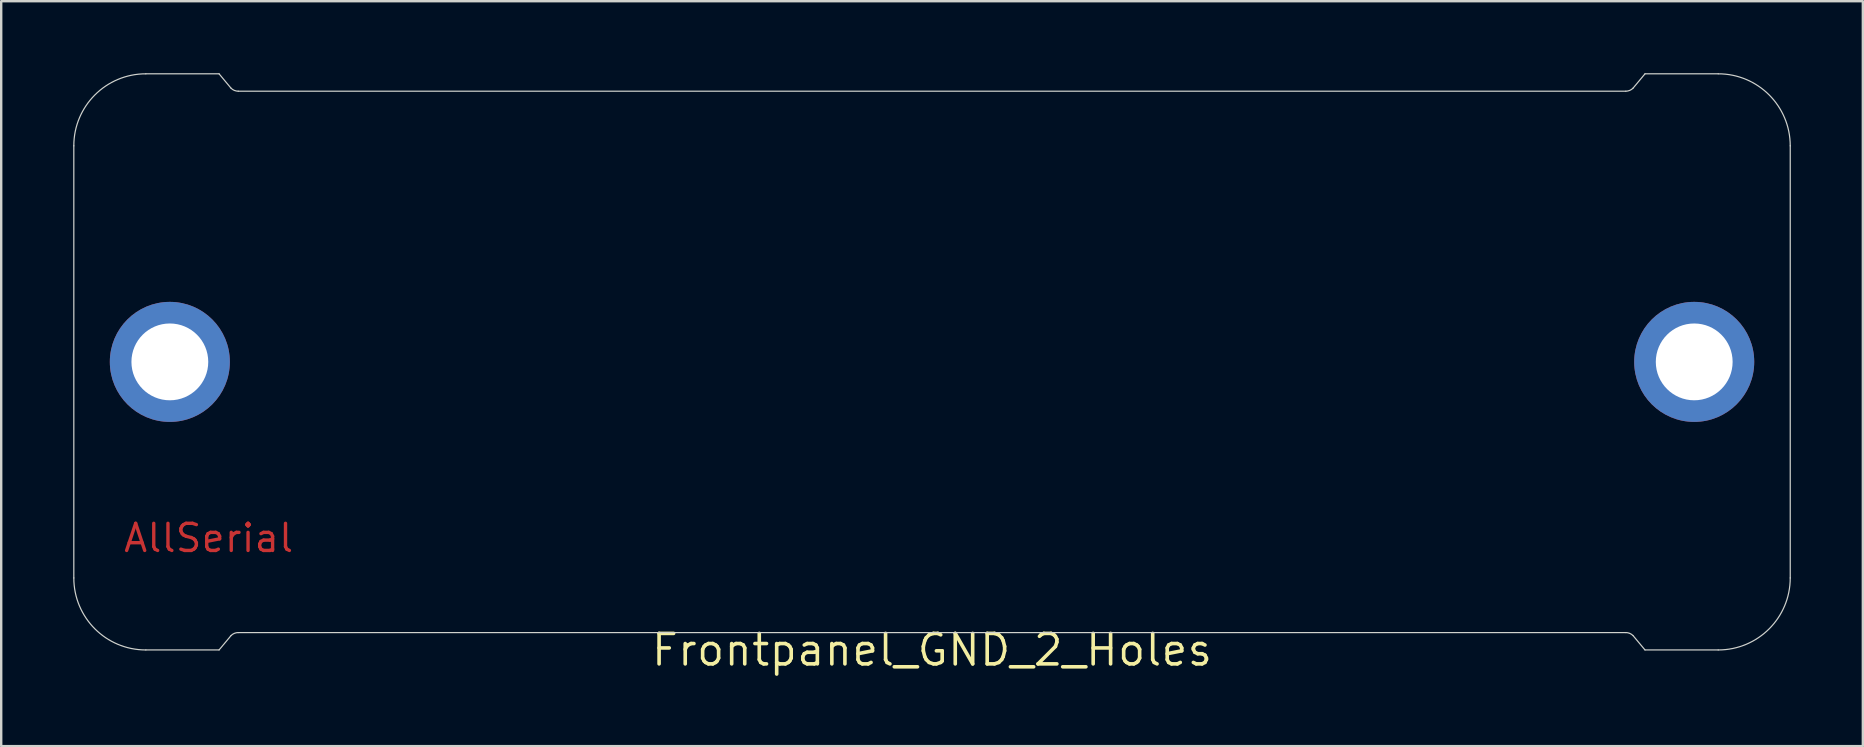
<source format=kicad_pcb>
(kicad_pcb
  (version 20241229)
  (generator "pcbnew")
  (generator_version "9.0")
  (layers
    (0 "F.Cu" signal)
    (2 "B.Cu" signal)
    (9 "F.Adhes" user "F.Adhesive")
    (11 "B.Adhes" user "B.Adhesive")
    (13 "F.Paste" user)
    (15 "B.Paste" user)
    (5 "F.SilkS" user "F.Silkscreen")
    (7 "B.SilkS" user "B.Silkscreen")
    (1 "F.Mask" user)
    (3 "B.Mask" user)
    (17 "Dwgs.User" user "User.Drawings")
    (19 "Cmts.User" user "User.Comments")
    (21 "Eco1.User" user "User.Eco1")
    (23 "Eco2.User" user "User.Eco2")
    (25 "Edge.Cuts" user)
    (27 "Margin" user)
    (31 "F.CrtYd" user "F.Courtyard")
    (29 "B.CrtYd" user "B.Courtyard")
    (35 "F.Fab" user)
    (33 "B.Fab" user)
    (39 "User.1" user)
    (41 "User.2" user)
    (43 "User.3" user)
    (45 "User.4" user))
  (footprint "Frontpanel_GND_2_Holes"
    (layer "F.Cu")
    (at 35.775 24.025)
    (property "Reference" "Frontpanel_GND_2_Holes" (at 0 0 0) (layer "F.SilkS") (effects (font (size 1.27 1.27) (thickness 0.15))))
    (fp_line (start -35.752 -17.215) (end -35.752 -21) (stroke (width 0.001) (type solid)) (layer "Cmts.User"))
    (fp_line (start -35.75 -12.84) (end -35.75 -14.197) (stroke (width 0.001) (type solid)) (layer "Cmts.User"))
    (fp_line (start -35.75 -9.84) (end -35.75 -11.34) (stroke (width 0.001) (type solid)) (layer "Cmts.User"))
    (fp_line (start -35.749 -3) (end -35.75 -6.829) (stroke (width 0.001) (type solid)) (layer "Cmts.User"))
    (fp_line (start -35.691 -14.339) (end -35.089 -14.941) (stroke (width 0.001) (type solid)) (layer "Cmts.User"))
    (fp_line (start -35.679 -11.492) (end -35.065 -12.014) (stroke (width 0.001) (type solid)) (layer "Cmts.User"))
    (fp_line (start -35.679 -8.492) (end -35.065 -9.014) (stroke (width 0.001) (type solid)) (layer "Cmts.User"))
    (fp_line (start -35.679 -6.992) (end -35.065 -7.514) (stroke (width 0.001) (type solid)) (layer "Cmts.User"))
    (fp_line (start -35.675 -15.853) (end -35.072 -16.321) (stroke (width 0.001) (type solid)) (layer "Cmts.User"))
    (fp_line (start -35.089 -15.047) (end -35.683 -15.543) (stroke (width 0.001) (type solid)) (layer "Cmts.User"))
    (fp_line (start -35.065 -12.166) (end -35.679 -12.688) (stroke (width 0.001) (type solid)) (layer "Cmts.User"))
    (fp_line (start -35.065 -9.166) (end -35.679 -9.688) (stroke (width 0.001) (type solid)) (layer "Cmts.User"))
    (fp_line (start -35.065 -7.666) (end -35.679 -8.188) (stroke (width 0.001) (type solid)) (layer "Cmts.User"))
    (fp_line (start -35.065 -16.473) (end -35.689 -17.053) (stroke (width 0.001) (type solid)) (layer "Cmts.User"))
    (fp_line (start -34.947 -15) (end -34.96 -15) (stroke (width 0.001) (type solid)) (layer "Cmts.User"))
    (fp_line (start -34.947 -15) (end -34.15 -15) (stroke (width 0.001) (type solid)) (layer "Cmts.User"))
    (fp_line (start -34.44 -13.697) (end -33.574 -13.197) (stroke (width 0.001) (type solid)) (layer "Cmts.User"))
    (fp_line (start -34.339 -14.072) (end -33.89 -14.85) (stroke (width 0.001) (type solid)) (layer "Cmts.User"))
    (fp_line (start -33.977 -15) (end -34.15 -15) (stroke (width 0.001) (type solid)) (layer "Cmts.User"))
    (fp_line (start -33.977 -14.7) (end -34.477 -13.834) (stroke (width 0.001) (type solid)) (layer "Cmts.User"))
    (fp_line (start -33.933 -13.607) (end -34.266 -13.799) (stroke (width 0.001) (type solid)) (layer "Cmts.User"))
    (fp_line (start -33.9 -18.58) (end -33.9 -16.78) (stroke (width 0.001) (type solid)) (layer "Cmts.User"))
    (fp_line (start -33.9 -16.78) (end -32.953 -16.78) (stroke (width 0.001) (type solid)) (layer "Cmts.User"))
    (fp_line (start -33.9 -7.22) (end -33.9 -5.42) (stroke (width 0.001) (type solid)) (layer "Cmts.User"))
    (fp_line (start -33.9 -5.42) (end -32.95 -5.42) (stroke (width 0.001) (type solid)) (layer "Cmts.User"))
    (fp_line (start -33.746 -13.499) (end -33.933 -13.607) (stroke (width 0.001) (type solid)) (layer "Cmts.User"))
    (fp_line (start -33.438 -13.234) (end -32.499 -14.86) (stroke (width 0.001) (type solid)) (layer "Cmts.User"))
    (fp_line (start -32.95 -18.58) (end -33.9 -18.58) (stroke (width 0.001) (type solid)) (layer "Cmts.User"))
    (fp_line (start -32.95 -7.22) (end -33.9 -7.22) (stroke (width 0.001) (type solid)) (layer "Cmts.User"))
    (fp_line (start -32.78 -14.773) (end -33.473 -13.572) (stroke (width 0.001) (type solid)) (layer "Cmts.User"))
    (fp_line (start -32.753 -16.58) (end -32.753 -14.873) (stroke (width 0.001) (type solid)) (layer "Cmts.User"))
    (fp_line (start -32.752 -24) (end -32.751 -24) (stroke (width 0.001) (type solid)) (layer "Cmts.User"))
    (fp_line (start -32.75 -21.48) (end -32.75 -18.78) (stroke (width 0.001) (type solid)) (layer "Cmts.User"))
    (fp_line (start -32.75 -8.795) (end -32.75 -7.42) (stroke (width 0.001) (type solid)) (layer "Cmts.User"))
    (fp_line (start -32.75 -5.22) (end -32.75 -2.52) (stroke (width 0.001) (type solid)) (layer "Cmts.User"))
    (fp_line (start -32.599 -23.929) (end -32.079 -23.315) (stroke (width 0.001) (type solid)) (layer "Cmts.User"))
    (fp_line (start -32.25 -2.02) (end 32.25 -2.02) (stroke (width 0.001) (type solid)) (layer "Cmts.User"))
    (fp_line (start -32.096 -15) (end -31.404 -15) (stroke (width 0.001) (type solid)) (layer "Cmts.User"))
    (fp_line (start -32.076 -0.685) (end -32.596 -0.071) (stroke (width 0.001) (type solid)) (layer "Cmts.User"))
    (fp_line (start -31.924 -23.315) (end -31.414 -23.914) (stroke (width 0.001) (type solid)) (layer "Cmts.User"))
    (fp_line (start -31.402 -0.071) (end -31.924 -0.685) (stroke (width 0.001) (type solid)) (layer "Cmts.User"))
    (fp_line (start -31.098 -23.929) (end -30.576 -23.315) (stroke (width 0.001) (type solid)) (layer "Cmts.User"))
    (fp_line (start -30.576 -0.685) (end -31.098 -0.071) (stroke (width 0.001) (type solid)) (layer "Cmts.User"))
    (fp_line (start -30.424 -23.315) (end -29.902 -23.929) (stroke (width 0.001) (type solid)) (layer "Cmts.User"))
    (fp_line (start -30.099 -11.02) (end -29.45 -11.02) (stroke (width 0.001) (type solid)) (layer "Cmts.User"))
    (fp_line (start -29.902 -0.071) (end -30.424 -0.685) (stroke (width 0.001) (type solid)) (layer "Cmts.User"))
    (fp_line (start -29.591 -23.922) (end -29.129 -23.319) (stroke (width 0.001) (type solid)) (layer "Cmts.User"))
    (fp_line (start -29.45 -13.02) (end -30.099 -13.02) (stroke (width 0.001) (type solid)) (layer "Cmts.User"))
    (fp_line (start -29.25 -13.617) (end -29.25 -13.22) (stroke (width 0.001) (type solid)) (layer "Cmts.User"))
    (fp_line (start -29.25 -10.82) (end -29.25 -10.423) (stroke (width 0.001) (type solid)) (layer "Cmts.User"))
    (fp_line (start -29.129 -0.681) (end -29.591 -0.078) (stroke (width 0.001) (type solid)) (layer "Cmts.User"))
    (fp_line (start -29.05 -23.28) (end 29.05 -23.28) (stroke (width 0.001) (type solid)) (layer "Cmts.User"))
    (fp_line (start 29.05 -0.72) (end -29.05 -0.72) (stroke (width 0.001) (type solid)) (layer "Cmts.User"))
    (fp_line (start 29.129 -23.319) (end 29.591 -23.922) (stroke (width 0.001) (type solid)) (layer "Cmts.User"))
    (fp_line (start 29.25 -13.18) (end 29.25 -13.577) (stroke (width 0.001) (type solid)) (layer "Cmts.User"))
    (fp_line (start 29.25 -10.383) (end 29.25 -10.78) (stroke (width 0.001) (type solid)) (layer "Cmts.User"))
    (fp_line (start 29.45 -10.98) (end 30.099 -10.98) (stroke (width 0.001) (type solid)) (layer "Cmts.User"))
    (fp_line (start 29.591 -0.078) (end 29.129 -0.681) (stroke (width 0.001) (type solid)) (layer "Cmts.User"))
    (fp_line (start 29.902 -23.929) (end 30.424 -23.315) (stroke (width 0.001) (type solid)) (layer "Cmts.User"))
    (fp_line (start 30.099 -12.98) (end 29.45 -12.98) (stroke (width 0.001) (type solid)) (layer "Cmts.User"))
    (fp_line (start 30.424 -0.685) (end 29.902 -0.071) (stroke (width 0.001) (type solid)) (layer "Cmts.User"))
    (fp_line (start 30.576 -23.315) (end 31.098 -23.929) (stroke (width 0.001) (type solid)) (layer "Cmts.User"))
    (fp_line (start 31.098 -0.071) (end 30.576 -0.685) (stroke (width 0.001) (type solid)) (layer "Cmts.User"))
    (fp_line (start 31.402 -23.929) (end 31.924 -23.315) (stroke (width 0.001) (type solid)) (layer "Cmts.User"))
    (fp_line (start 31.924 -0.685) (end 31.414 -0.086) (stroke (width 0.001) (type solid)) (layer "Cmts.User"))
    (fp_line (start 32.076 -23.315) (end 32.596 -23.929) (stroke (width 0.001) (type solid)) (layer "Cmts.User"))
    (fp_line (start 32.096 -9) (end 31.404 -9) (stroke (width 0.001) (type solid)) (layer "Cmts.User"))
    (fp_line (start 32.25 -21.98) (end -32.25 -21.98) (stroke (width 0.001) (type solid)) (layer "Cmts.User"))
    (fp_line (start 32.599 -0.071) (end 32.079 -0.685) (stroke (width 0.001) (type solid)) (layer "Cmts.User"))
    (fp_line (start 32.75 -18.78) (end 32.75 -21.48) (stroke (width 0.001) (type solid)) (layer "Cmts.User"))
    (fp_line (start 32.75 -15.205) (end 32.75 -16.58) (stroke (width 0.001) (type solid)) (layer "Cmts.User"))
    (fp_line (start 32.75 -2.52) (end 32.75 -5.22) (stroke (width 0.001) (type solid)) (layer "Cmts.User"))
    (fp_line (start 32.752 -0.000006) (end 32.751 -0.000006) (stroke (width 0.001) (type solid)) (layer "Cmts.User"))
    (fp_line (start 32.753 -7.42) (end 32.753 -9.127) (stroke (width 0.001) (type solid)) (layer "Cmts.User"))
    (fp_line (start 32.78 -9.227) (end 33.473 -10.428) (stroke (width 0.001) (type solid)) (layer "Cmts.User"))
    (fp_line (start 32.95 -16.78) (end 33.9 -16.78) (stroke (width 0.001) (type solid)) (layer "Cmts.User"))
    (fp_line (start 32.95 -5.42) (end 33.9 -5.42) (stroke (width 0.001) (type solid)) (layer "Cmts.User"))
    (fp_line (start 33.438 -10.766) (end 32.499 -9.14) (stroke (width 0.001) (type solid)) (layer "Cmts.User"))
    (fp_line (start 33.746 -10.501) (end 33.933 -10.393) (stroke (width 0.001) (type solid)) (layer "Cmts.User"))
    (fp_line (start 33.9 -18.58) (end 32.95 -18.58) (stroke (width 0.001) (type solid)) (layer "Cmts.User"))
    (fp_line (start 33.9 -16.78) (end 33.9 -18.58) (stroke (width 0.001) (type solid)) (layer "Cmts.User"))
    (fp_line (start 33.9 -7.22) (end 32.953 -7.22) (stroke (width 0.001) (type solid)) (layer "Cmts.User"))
    (fp_line (start 33.9 -5.42) (end 33.9 -7.22) (stroke (width 0.001) (type solid)) (layer "Cmts.User"))
    (fp_line (start 33.933 -10.393) (end 34.266 -10.201) (stroke (width 0.001) (type solid)) (layer "Cmts.User"))
    (fp_line (start 33.977 -9.3) (end 34.477 -10.166) (stroke (width 0.001) (type solid)) (layer "Cmts.User"))
    (fp_line (start 33.977 -9) (end 34.96 -9) (stroke (width 0.001) (type solid)) (layer "Cmts.User"))
    (fp_line (start 34.339 -9.928) (end 33.89 -9.15) (stroke (width 0.001) (type solid)) (layer "Cmts.User"))
    (fp_line (start 34.44 -10.303) (end 33.574 -10.803) (stroke (width 0.001) (type solid)) (layer "Cmts.User"))
    (fp_line (start 34.947 -9) (end 34.15 -9) (stroke (width 0.001) (type solid)) (layer "Cmts.User"))
    (fp_line (start 35.065 -7.527) (end 35.689 -6.947) (stroke (width 0.001) (type solid)) (layer "Cmts.User"))
    (fp_line (start 35.065 -16.334) (end 35.679 -15.812) (stroke (width 0.001) (type solid)) (layer "Cmts.User"))
    (fp_line (start 35.065 -14.834) (end 35.679 -14.312) (stroke (width 0.001) (type solid)) (layer "Cmts.User"))
    (fp_line (start 35.065 -11.834) (end 35.679 -11.312) (stroke (width 0.001) (type solid)) (layer "Cmts.User"))
    (fp_line (start 35.089 -8.953) (end 35.683 -8.457) (stroke (width 0.001) (type solid)) (layer "Cmts.User"))
    (fp_line (start 35.675 -8.147) (end 35.072 -7.679) (stroke (width 0.001) (type solid)) (layer "Cmts.User"))
    (fp_line (start 35.679 -17.008) (end 35.065 -16.486) (stroke (width 0.001) (type solid)) (layer "Cmts.User"))
    (fp_line (start 35.679 -15.508) (end 35.065 -14.986) (stroke (width 0.001) (type solid)) (layer "Cmts.User"))
    (fp_line (start 35.679 -12.508) (end 35.065 -11.986) (stroke (width 0.001) (type solid)) (layer "Cmts.User"))
    (fp_line (start 35.691 -9.661) (end 35.089 -9.059) (stroke (width 0.001) (type solid)) (layer "Cmts.User"))
    (fp_line (start 35.749 -21) (end 35.75 -17.171) (stroke (width 0.001) (type solid)) (layer "Cmts.User"))
    (fp_line (start 35.75 -14.16) (end 35.75 -12.66) (stroke (width 0.001) (type solid)) (layer "Cmts.User"))
    (fp_line (start 35.75 -11.16) (end 35.75 -9.803) (stroke (width 0.001) (type solid)) (layer "Cmts.User"))
    (fp_line (start 35.752 -6.785) (end 35.752 -3) (stroke (width 0.001) (type solid)) (layer "Cmts.User"))
    (fp_arc (start -35.752381 -20.999996) (mid -34.873527 -23.121497) (end -32.751879 -23.999996) (stroke (width 0.001) (type solid)) (layer "Cmts.User"))
    (fp_arc (start -35.75 -14.197156) (mid -35.734774 -14.273692) (end -35.691418 -14.338575) (stroke (width 0.001) (type solid)) (layer "Cmts.User"))
    (fp_arc (start -35.75 -11.339996) (mid -35.731506 -11.423999) (end -35.67944 -11.492466) (stroke (width 0.001) (type solid)) (layer "Cmts.User"))
    (fp_arc (start -35.749668 -6.828575) (mid -35.733831 -6.91878) (end -35.67944 -6.992465) (stroke (width 0.001) (type solid)) (layer "Cmts.User"))
    (fp_arc (start -35.68905 -17.053015) (mid -35.739137 -17.126547) (end -35.752381 -17.214525) (stroke (width 0.001) (type solid)) (layer "Cmts.User"))
    (fp_arc (start -35.68254 -15.542675) (mid -35.752891 -15.699569) (end -35.675449 -15.853087) (stroke (width 0.001) (type solid)) (layer "Cmts.User"))
    (fp_arc (start -35.67944 -12.687537) (mid -35.731504 -12.755998) (end -35.75 -12.839996) (stroke (width 0.001) (type solid)) (layer "Cmts.User"))
    (fp_arc (start -35.67944 -9.687537) (mid -35.731504 -9.755998) (end -35.75 -9.839996) (stroke (width 0.001) (type solid)) (layer "Cmts.User"))
    (fp_arc (start -35.67944 -8.187537) (mid -35.750001 -8.340002) (end -35.679439 -8.492466) (stroke (width 0.001) (type solid)) (layer "Cmts.User"))
    (fp_arc (start -35.088581 -14.941425) (mid -35.023695 -14.984776) (end -34.947159 -14.999996) (stroke (width 0.001) (type solid)) (layer "Cmts.User"))
    (fp_arc (start -35.065389 -12.166237) (mid -35.030107 -12.090001) (end -35.06539 -12.013765) (stroke (width 0.001) (type solid)) (layer "Cmts.User"))
    (fp_arc (start -35.065389 -9.166237) (mid -35.030107 -9.090001) (end -35.06539 -9.013765) (stroke (width 0.001) (type solid)) (layer "Cmts.User"))
    (fp_arc (start -35.065389 -7.666237) (mid -35.030107 -7.590001) (end -35.06539 -7.513765) (stroke (width 0.001) (type solid)) (layer "Cmts.User"))
    (fp_arc (start -35.06489 -16.473265) (mid -35.033045 -16.395537) (end -35.07169 -16.320956) (stroke (width 0.001) (type solid)) (layer "Cmts.User"))
    (fp_arc (start -34.96039 -14.999996) (mid -35.028593 -15.011985) (end -35.088618 -15.046515) (stroke (width 0.001) (type solid)) (layer "Cmts.User"))
    (fp_arc (start -34.44019 -13.697375) (mid -34.486781 -13.758095) (end -34.47679 -13.833975) (stroke (width 0.001) (type solid)) (layer "Cmts.User"))
    (fp_arc (start -34.26609 -13.798915) (mid -34.359279 -13.920358) (end -34.3393 -14.072125) (stroke (width 0.001) (type solid)) (layer "Cmts.User"))
    (fp_arc (start -34.15 -14.999996) (mid -33.976792 -14.899998) (end -33.976789 -14.699996) (stroke (width 0.001) (type solid)) (layer "Cmts.User"))
    (fp_arc (start -33.97679 -14.999995) (mid -33.890189 -14.949995) (end -33.89019 -14.849996) (stroke (width 0.001) (type solid)) (layer "Cmts.User"))
    (fp_arc (start -33.473268 -13.572125) (mid -33.594712 -13.478935) (end -33.746481 -13.498914) (stroke (width 0.001) (type solid)) (layer "Cmts.User"))
    (fp_arc (start -33.437559 -13.233975) (mid -33.498279 -13.187384) (end -33.574159 -13.197375) (stroke (width 0.001) (type solid)) (layer "Cmts.User"))
    (fp_arc (start -32.95294 -16.779996) (mid -32.811519 -16.721417) (end -32.75294 -16.579996) (stroke (width 0.001) (type solid)) (layer "Cmts.User"))
    (fp_arc (start -32.95 -5.419996) (mid -32.808579 -5.361417) (end -32.75 -5.219996) (stroke (width 0.001) (type solid)) (layer "Cmts.User"))
    (fp_arc (start -32.915 -12.596865) (mid -32.66923 -12.939231) (end -32.326859 -13.184996) (stroke (width 0.001) (type solid)) (layer "Cmts.User"))
    (fp_arc (start -32.914999 -11.443137) (mid -33.350013 -12.020001) (end -32.915 -12.596865) (stroke (width 0.001) (type solid)) (layer "Cmts.User"))
    (fp_arc (start -32.75294 -14.873365) (mid -32.759757 -14.821601) (end -32.77974 -14.773365) (stroke (width 0.001) (type solid)) (layer "Cmts.User"))
    (fp_arc (start -32.751109 -23.999996) (mid -32.667358 -23.981325) (end -32.59914 -23.929275) (stroke (width 0.001) (type solid)) (layer "Cmts.User"))
    (fp_arc (start -32.75 -21.480006) (mid -32.603553 -21.833559) (end -32.25 -21.980006) (stroke (width 0.001) (type solid)) (layer "Cmts.User"))
    (fp_arc (start -32.75 -18.780006) (mid -32.808579 -18.638585) (end -32.95 -18.580006) (stroke (width 0.001) (type solid)) (layer "Cmts.User"))
    (fp_arc (start -32.75 -7.419996) (mid -32.808579 -7.278575) (end -32.95 -7.219996) (stroke (width 0.001) (type solid)) (layer "Cmts.User"))
    (fp_arc (start -32.749999 -8.795096) (mid -32.638293 -9.028648) (end -32.386359 -9.088265) (stroke (width 0.001) (type solid)) (layer "Cmts.User"))
    (fp_arc (start -32.74894 0.000003) (mid -34.870587 -0.878496) (end -35.74944 -2.999997) (stroke (width 0.001) (type solid)) (layer "Cmts.User"))
    (fp_arc (start -32.596368 -0.070725) (mid -32.664859 -0.018547) (end -32.74894 0.000002) (stroke (width 0.001) (type solid)) (layer "Cmts.User"))
    (fp_arc (start -32.49864 -14.860237) (mid -32.442794 -14.922183) (end -32.366539 -14.955965) (stroke (width 0.001) (type solid)) (layer "Cmts.User"))
    (fp_arc (start -32.36654 -14.955965) (mid -32.231689 -14.981076) (end -32.095831 -14.999996) (stroke (width 0.001) (type solid)) (layer "Cmts.User"))
    (fp_arc (start -32.326859 -13.184995) (mid -31.749995 -13.620009) (end -31.173131 -13.184996) (stroke (width 0.001) (type solid)) (layer "Cmts.User"))
    (fp_arc (start -32.326859 -10.854996) (mid -32.66923 -11.100766) (end -32.915 -11.443137) (stroke (width 0.001) (type solid)) (layer "Cmts.User"))
    (fp_arc (start -32.25 -2.019996) (mid -32.603553 -2.166443) (end -32.75 -2.519996) (stroke (width 0.001) (type solid)) (layer "Cmts.User"))
    (fp_arc (start -32.076231 -0.684724) (mid -31.999993 -0.720002) (end -31.923759 -0.684715) (stroke (width 0.001) (type solid)) (layer "Cmts.User"))
    (fp_arc (start -31.923831 -23.315206) (mid -32.001487 -23.278338) (end -32.079068 -23.315365) (stroke (width 0.001) (type solid)) (layer "Cmts.User"))
    (fp_arc (start -31.414081 -23.914356) (mid -31.259507 -23.999775) (end -31.097517 -23.929425) (stroke (width 0.001) (type solid)) (layer "Cmts.User"))
    (fp_arc (start -31.404168 -14.999996) (mid -30.208299 -14.593561) (end -29.285709 -13.730937) (stroke (width 0.001) (type solid)) (layer "Cmts.User"))
    (fp_arc (start -31.173131 -13.184996) (mid -30.991003 -13.07543) (end -30.829168 -12.937646) (stroke (width 0.001) (type solid)) (layer "Cmts.User"))
    (fp_arc (start -31.173131 -10.854995) (mid -31.749995 -10.419981) (end -32.326859 -10.854996) (stroke (width 0.001) (type solid)) (layer "Cmts.User"))
    (fp_arc (start -31.097518 -0.070575) (mid -31.249999 0.000003) (end -31.402481 -0.070574) (stroke (width 0.001) (type solid)) (layer "Cmts.User"))
    (fp_arc (start -30.829168 -11.102356) (mid -30.991003 -10.964567) (end -31.173131 -10.854996) (stroke (width 0.001) (type solid)) (layer "Cmts.User"))
    (fp_arc (start -30.829168 -11.102356) (mid -30.535051 -11.219856) (end -30.247699 -11.086665) (stroke (width 0.001) (type solid)) (layer "Cmts.User"))
    (fp_arc (start -30.576241 -0.684715) (mid -30.5 -0.720004) (end -30.423759 -0.684715) (stroke (width 0.001) (type solid)) (layer "Cmts.User"))
    (fp_arc (start -30.42376 -23.315286) (mid -30.5 -23.279998) (end -30.57624 -23.315287) (stroke (width 0.001) (type solid)) (layer "Cmts.User"))
    (fp_arc (start -30.2477 -12.953337) (mid -30.535052 -12.820147) (end -30.829168 -12.937647) (stroke (width 0.001) (type solid)) (layer "Cmts.User"))
    (fp_arc (start -30.2477 -12.953337) (mid -30.180272 -13.002575) (end -30.098618 -13.019996) (stroke (width 0.001) (type solid)) (layer "Cmts.User"))
    (fp_arc (start -30.098618 -11.019996) (mid -30.180273 -11.037422) (end -30.2477 -11.086665) (stroke (width 0.001) (type solid)) (layer "Cmts.User"))
    (fp_arc (start -29.902481 -23.929425) (mid -29.745024 -23.999943) (end -29.591267 -23.921687) (stroke (width 0.001) (type solid)) (layer "Cmts.User"))
    (fp_arc (start -29.591268 -0.078315) (mid -29.745024 -0.000058) (end -29.90248 -0.070574) (stroke (width 0.001) (type solid)) (layer "Cmts.User"))
    (fp_arc (start -29.45 -11.019996) (mid -29.308579 -10.961417) (end -29.25 -10.819996) (stroke (width 0.001) (type solid)) (layer "Cmts.User"))
    (fp_arc (start -29.285709 -13.730937) (mid -29.259135 -13.676636) (end -29.25 -13.616875) (stroke (width 0.001) (type solid)) (layer "Cmts.User"))
    (fp_arc (start -29.285709 -10.309065) (mid -30.650958 -9.228601) (end -32.386358 -9.088265) (stroke (width 0.001) (type solid)) (layer "Cmts.User"))
    (fp_arc (start -29.25 -13.219996) (mid -29.308579 -13.078575) (end -29.45 -13.019996) (stroke (width 0.001) (type solid)) (layer "Cmts.User"))
    (fp_arc (start -29.25 -10.423125) (mid -29.259135 -10.363365) (end -29.285709 -10.309065) (stroke (width 0.001) (type solid)) (layer "Cmts.User"))
    (fp_arc (start -29.129359 -0.680846) (mid -29.094246 -0.709678) (end -29.05 -0.719996) (stroke (width 0.001) (type solid)) (layer "Cmts.User"))
    (fp_arc (start -29.050001 -23.280006) (mid -29.094247 -23.290324) (end -29.129359 -23.319156) (stroke (width 0.001) (type solid)) (layer "Cmts.User"))
    (fp_arc (start 29.05 -0.719996) (mid 29.094247 -0.709679) (end 29.129359 -0.680846) (stroke (width 0.001) (type solid)) (layer "Cmts.User"))
    (fp_arc (start 29.129358 -23.319155) (mid 29.094246 -23.290323) (end 29.05 -23.280006) (stroke (width 0.001) (type solid)) (layer "Cmts.User"))
    (fp_arc (start 29.25 -13.576875) (mid 29.25914 -13.636636) (end 29.285718 -13.690937) (stroke (width 0.001) (type solid)) (layer "Cmts.User"))
    (fp_arc (start 29.25 -10.780006) (mid 29.308579 -10.921427) (end 29.45 -10.980006) (stroke (width 0.001) (type solid)) (layer "Cmts.User"))
    (fp_arc (start 29.285718 -13.690937) (mid 30.650967 -14.771401) (end 32.386368 -14.911737) (stroke (width 0.001) (type solid)) (layer "Cmts.User"))
    (fp_arc (start 29.285718 -10.269065) (mid 29.25914 -10.323365) (end 29.25 -10.383125) (stroke (width 0.001) (type solid)) (layer "Cmts.User"))
    (fp_arc (start 29.45 -12.980006) (mid 29.308579 -13.038585) (end 29.25 -13.180006) (stroke (width 0.001) (type solid)) (layer "Cmts.User"))
    (fp_arc (start 29.591281 -23.921687) (mid 29.745032 -23.999939) (end 29.902481 -23.929423) (stroke (width 0.001) (type solid)) (layer "Cmts.User"))
    (fp_arc (start 29.902481 -0.070575) (mid 29.745031 -0.00006) (end 29.591281 -0.078314) (stroke (width 0.001) (type solid)) (layer "Cmts.User"))
    (fp_arc (start 30.098631 -12.980006) (mid 30.18028 -12.962579) (end 30.2477 -12.913337) (stroke (width 0.001) (type solid)) (layer "Cmts.User"))
    (fp_arc (start 30.2477 -11.046665) (mid 30.180279 -10.997428) (end 30.098631 -10.980006) (stroke (width 0.001) (type solid)) (layer "Cmts.User"))
    (fp_arc (start 30.2477 -11.046665) (mid 30.535052 -11.179855) (end 30.829168 -11.062355) (stroke (width 0.001) (type solid)) (layer "Cmts.User"))
    (fp_arc (start 30.423759 -0.684714) (mid 30.499999 -0.720003) (end 30.57624 -0.684715) (stroke (width 0.001) (type solid)) (layer "Cmts.User"))
    (fp_arc (start 30.57624 -23.315286) (mid 30.499999 -23.279998) (end 30.423759 -23.315287) (stroke (width 0.001) (type solid)) (layer "Cmts.User"))
    (fp_arc (start 30.829168 -12.897646) (mid 30.535051 -12.780146) (end 30.247699 -12.913337) (stroke (width 0.001) (type solid)) (layer "Cmts.User"))
    (fp_arc (start 30.829168 -12.897646) (mid 30.991007 -13.035436) (end 31.17314 -13.145006) (stroke (width 0.001) (type solid)) (layer "Cmts.User"))
    (fp_arc (start 31.097518 -23.929425) (mid 31.25 -24.000003) (end 31.402482 -23.929424) (stroke (width 0.001) (type solid)) (layer "Cmts.User"))
    (fp_arc (start 31.17314 -13.145005) (mid 31.750004 -13.580019) (end 32.326868 -13.145006) (stroke (width 0.001) (type solid)) (layer "Cmts.User"))
    (fp_arc (start 31.17314 -10.815006) (mid 30.991008 -10.924571) (end 30.829168 -11.062356) (stroke (width 0.001) (type solid)) (layer "Cmts.User"))
    (fp_arc (start 31.404168 -9.000006) (mid 30.208303 -9.406442) (end 29.285718 -10.269065) (stroke (width 0.001) (type solid)) (layer "Cmts.User"))
    (fp_arc (start 31.414081 -0.085646) (mid 31.259507 -0.000226) (end 31.097517 -0.070575) (stroke (width 0.001) (type solid)) (layer "Cmts.User"))
    (fp_arc (start 31.92384 -0.684797) (mid 32.001492 -0.721662) (end 32.079068 -0.684637) (stroke (width 0.001) (type solid)) (layer "Cmts.User"))
    (fp_arc (start 32.07623 -23.315275) (mid 31.999992 -23.279999) (end 31.923759 -23.315287) (stroke (width 0.001) (type solid)) (layer "Cmts.User"))
    (fp_arc (start 32.25 -21.980006) (mid 32.603553 -21.833559) (end 32.75 -21.480006) (stroke (width 0.001) (type solid)) (layer "Cmts.User"))
    (fp_arc (start 32.326868 -13.145006) (mid 32.669235 -12.899236) (end 32.915 -12.556865) (stroke (width 0.001) (type solid)) (layer "Cmts.User"))
    (fp_arc (start 32.326868 -10.815005) (mid 31.750004 -10.379991) (end 31.17314 -10.815006) (stroke (width 0.001) (type solid)) (layer "Cmts.User"))
    (fp_arc (start 32.36654 -9.044037) (mid 32.231689 -9.018926) (end 32.095831 -9.000006) (stroke (width 0.001) (type solid)) (layer "Cmts.User"))
    (fp_arc (start 32.49865 -9.139765) (mid 32.442799 -9.077818) (end 32.36654 -9.044037) (stroke (width 0.001) (type solid)) (layer "Cmts.User"))
    (fp_arc (start 32.596368 -23.929275) (mid 32.664859 -23.981454) (end 32.74894 -24.000005) (stroke (width 0.001) (type solid)) (layer "Cmts.User"))
    (fp_arc (start 32.74894 -24.000006) (mid 34.870588 -23.121506) (end 35.74944 -21.000004) (stroke (width 0.001) (type solid)) (layer "Cmts.User"))
    (fp_arc (start 32.749999 -15.204907) (mid 32.638297 -14.971357) (end 32.386368 -14.911737) (stroke (width 0.001) (type solid)) (layer "Cmts.User"))
    (fp_arc (start 32.75 -16.580006) (mid 32.808579 -16.721427) (end 32.95 -16.780006) (stroke (width 0.001) (type solid)) (layer "Cmts.User"))
    (fp_arc (start 32.75 -5.219996) (mid 32.808579 -5.361417) (end 32.95 -5.419996) (stroke (width 0.001) (type solid)) (layer "Cmts.User"))
    (fp_arc (start 32.75 -2.519996) (mid 32.603553 -2.166443) (end 32.25 -2.019996) (stroke (width 0.001) (type solid)) (layer "Cmts.User"))
    (fp_arc (start 32.751109 -0.000006) (mid 32.667363 -0.018678) (end 32.59915 -0.070725) (stroke (width 0.001) (type solid)) (layer "Cmts.User"))
    (fp_arc (start 32.75295 -9.126637) (mid 32.759762 -9.1784) (end 32.77974 -9.226637) (stroke (width 0.001) (type solid)) (layer "Cmts.User"))
    (fp_arc (start 32.914999 -12.556865) (mid 33.350013 -11.980001) (end 32.915 -11.403137) (stroke (width 0.001) (type solid)) (layer "Cmts.User"))
    (fp_arc (start 32.915 -11.403137) (mid 32.669234 -11.060771) (end 32.326868 -10.815006) (stroke (width 0.001) (type solid)) (layer "Cmts.User"))
    (fp_arc (start 32.95 -18.580006) (mid 32.808579 -18.638585) (end 32.75 -18.780006) (stroke (width 0.001) (type solid)) (layer "Cmts.User"))
    (fp_arc (start 32.95295 -7.220006) (mid 32.811529 -7.278585) (end 32.75295 -7.420006) (stroke (width 0.001) (type solid)) (layer "Cmts.User"))
    (fp_arc (start 33.437568 -10.766025) (mid 33.498288 -10.812616) (end 33.574168 -10.802625) (stroke (width 0.001) (type solid)) (layer "Cmts.User"))
    (fp_arc (start 33.473281 -10.427875) (mid 33.594718 -10.521063) (end 33.746481 -10.501087) (stroke (width 0.001) (type solid)) (layer "Cmts.User"))
    (fp_arc (start 33.976799 -9.000006) (mid 33.890193 -9.050004) (end 33.89019 -9.150006) (stroke (width 0.001) (type solid)) (layer "Cmts.User"))
    (fp_arc (start 34.15 -9.000006) (mid 33.976798 -9.100007) (end 33.9768 -9.300005) (stroke (width 0.001) (type solid)) (layer "Cmts.User"))
    (fp_arc (start 34.2661 -10.201087) (mid 34.359284 -10.079641) (end 34.3393 -9.927875) (stroke (width 0.001) (type solid)) (layer "Cmts.User"))
    (fp_arc (start 34.44019 -10.302625) (mid 34.486786 -10.241907) (end 34.4768 -10.166025) (stroke (width 0.001) (type solid)) (layer "Cmts.User"))
    (fp_arc (start 34.9604 -9.000006) (mid 35.028598 -8.988016) (end 35.088618 -8.953487) (stroke (width 0.001) (type solid)) (layer "Cmts.User"))
    (fp_arc (start 35.06489 -7.526737) (mid 35.033045 -7.604465) (end 35.07169 -7.679046) (stroke (width 0.001) (type solid)) (layer "Cmts.User"))
    (fp_arc (start 35.065389 -16.333765) (mid 35.030107 -16.410001) (end 35.06539 -16.486237) (stroke (width 0.001) (type solid)) (layer "Cmts.User"))
    (fp_arc (start 35.065389 -14.833765) (mid 35.030107 -14.910001) (end 35.06539 -14.986237) (stroke (width 0.001) (type solid)) (layer "Cmts.User"))
    (fp_arc (start 35.065389 -11.833765) (mid 35.030107 -11.910001) (end 35.06539 -11.986237) (stroke (width 0.001) (type solid)) (layer "Cmts.User"))
    (fp_arc (start 35.088581 -9.058575) (mid 35.023695 -9.015225) (end 34.947159 -9.000005) (stroke (width 0.001) (type solid)) (layer "Cmts.User"))
    (fp_arc (start 35.67944 -15.812465) (mid 35.750001 -15.66) (end 35.679439 -15.507536) (stroke (width 0.001) (type solid)) (layer "Cmts.User"))
    (fp_arc (start 35.67944 -14.312465) (mid 35.731504 -14.244004) (end 35.75 -14.160006) (stroke (width 0.001) (type solid)) (layer "Cmts.User"))
    (fp_arc (start 35.67944 -11.312465) (mid 35.731504 -11.244004) (end 35.75 -11.160006) (stroke (width 0.001) (type solid)) (layer "Cmts.User"))
    (fp_arc (start 35.68254 -8.457325) (mid 35.752892 -8.300432) (end 35.675451 -8.146914) (stroke (width 0.001) (type solid)) (layer "Cmts.User"))
    (fp_arc (start 35.689059 -6.946987) (mid 35.739141 -6.873453) (end 35.752381 -6.785475) (stroke (width 0.001) (type solid)) (layer "Cmts.User"))
    (fp_arc (start 35.749681 -17.171425) (mid 35.733837 -17.081219) (end 35.679441 -17.007537) (stroke (width 0.001) (type solid)) (layer "Cmts.User"))
    (fp_arc (start 35.75 -12.660006) (mid 35.731506 -12.576003) (end 35.67944 -12.507536) (stroke (width 0.001) (type solid)) (layer "Cmts.User"))
    (fp_arc (start 35.75 -9.802846) (mid 35.734774 -9.726309) (end 35.691418 -9.661424) (stroke (width 0.001) (type solid)) (layer "Cmts.User"))
    (fp_arc (start 35.752381 -3.000006) (mid 34.873533 -0.878507) (end 32.75189 -0.000005) (stroke (width 0.001) (type solid)) (layer "Cmts.User"))
    (fp_line (start -35.75 -3) (end -35.75 -21) (stroke (width 0.05) (type solid)) (layer "Edge.Cuts"))
    (fp_line (start -32.75 -24) (end -29.7 -24) (stroke (width 0.05) (type solid)) (layer "Edge.Cuts"))
    (fp_line (start -32.75 0) (end -29.7 0) (stroke (width 0.05) (type default)) (layer "Edge.Cuts"))
    (fp_line (start -29.2 -23.4) (end -29.7 -24) (stroke (width 0.05) (type default)) (layer "Edge.Cuts"))
    (fp_line (start -29.2 -0.6) (end -29.7 0) (stroke (width 0.05) (type default)) (layer "Edge.Cuts"))
    (fp_line (start -28.9 -23.276) (end 28.9 -23.276) (stroke (width 0.05) (type default)) (layer "Edge.Cuts"))
    (fp_line (start -28.9 -0.724) (end 28.9 -0.724) (stroke (width 0.05) (type default)) (layer "Edge.Cuts"))
    (fp_line (start 29.7 -24) (end 29.2 -23.4) (stroke (width 0.05) (type default)) (layer "Edge.Cuts"))
    (fp_line (start 29.7 -24) (end 32.75 -24) (stroke (width 0.05) (type solid)) (layer "Edge.Cuts"))
    (fp_line (start 29.7 0) (end 29.2 -0.6) (stroke (width 0.05) (type default)) (layer "Edge.Cuts"))
    (fp_line (start 32.75 0) (end 29.7 0) (stroke (width 0.05) (type default)) (layer "Edge.Cuts"))
    (fp_line (start 35.75 -21) (end 35.75 -3) (stroke (width 0.05) (type solid)) (layer "Edge.Cuts"))
    (fp_arc (start -35.75 -21) (mid -34.87132 -23.12132) (end -32.75 -24) (stroke (width 0.05) (type solid)) (layer "Edge.Cuts"))
    (fp_arc (start -32.75 0) (mid -34.87132 -0.87868) (end -35.75 -3) (stroke (width 0.05) (type solid)) (layer "Edge.Cuts"))
    (fp_arc (start -29.2 -0.6) (mid -29.062359 -0.691969) (end -28.9 -0.724264) (stroke (width 0.05) (type default)) (layer "Edge.Cuts"))
    (fp_arc (start -28.9 -23.275736) (mid -29.062359 -23.308031) (end -29.2 -23.4) (stroke (width 0.05) (type default)) (layer "Edge.Cuts"))
    (fp_arc (start 28.9 -0.724264) (mid 29.062359 -0.691969) (end 29.2 -0.6) (stroke (width 0.05) (type default)) (layer "Edge.Cuts"))
    (fp_arc (start 29.2 -23.4) (mid 29.062359 -23.308031) (end 28.9 -23.275736) (stroke (width 0.05) (type default)) (layer "Edge.Cuts"))
    (fp_arc (start 32.75 -24) (mid 34.87132 -23.12132) (end 35.75 -21) (stroke (width 0.05) (type solid)) (layer "Edge.Cuts"))
    (fp_arc (start 35.75 -3) (mid 34.87132 -0.87868) (end 32.75 0) (stroke (width 0.05) (type solid)) (layer "Edge.Cuts"))
    (fp_text user "AllSerial" (at -33.75 -4 0) (layer "F.Cu") (effects (font (size 1.13 1.13) (thickness 0.14)) (justify left bottom)))
    (fp_text user "AllSerial" (at -33.75 -4 0) (layer "F.Mask") (effects (font (size 1.13 1.13) (thickness 0.14)) (justify left bottom)))
    (pad "1" thru_hole circle (at -31.75 -12) (size 5 5) (drill 3.2) (layers "*.Cu" "*.Mask"))
    (pad "2" thru_hole circle (at 31.75 -12) (size 5 5) (drill 3.2) (layers "*.Cu" "*.Mask")))
  (gr_rect
    (start -3 -3)
    (end 74.55 28.031)
    (stroke (width 0.1) (type default))
    (fill no)
    (layer "Edge.Cuts")))
</source>
